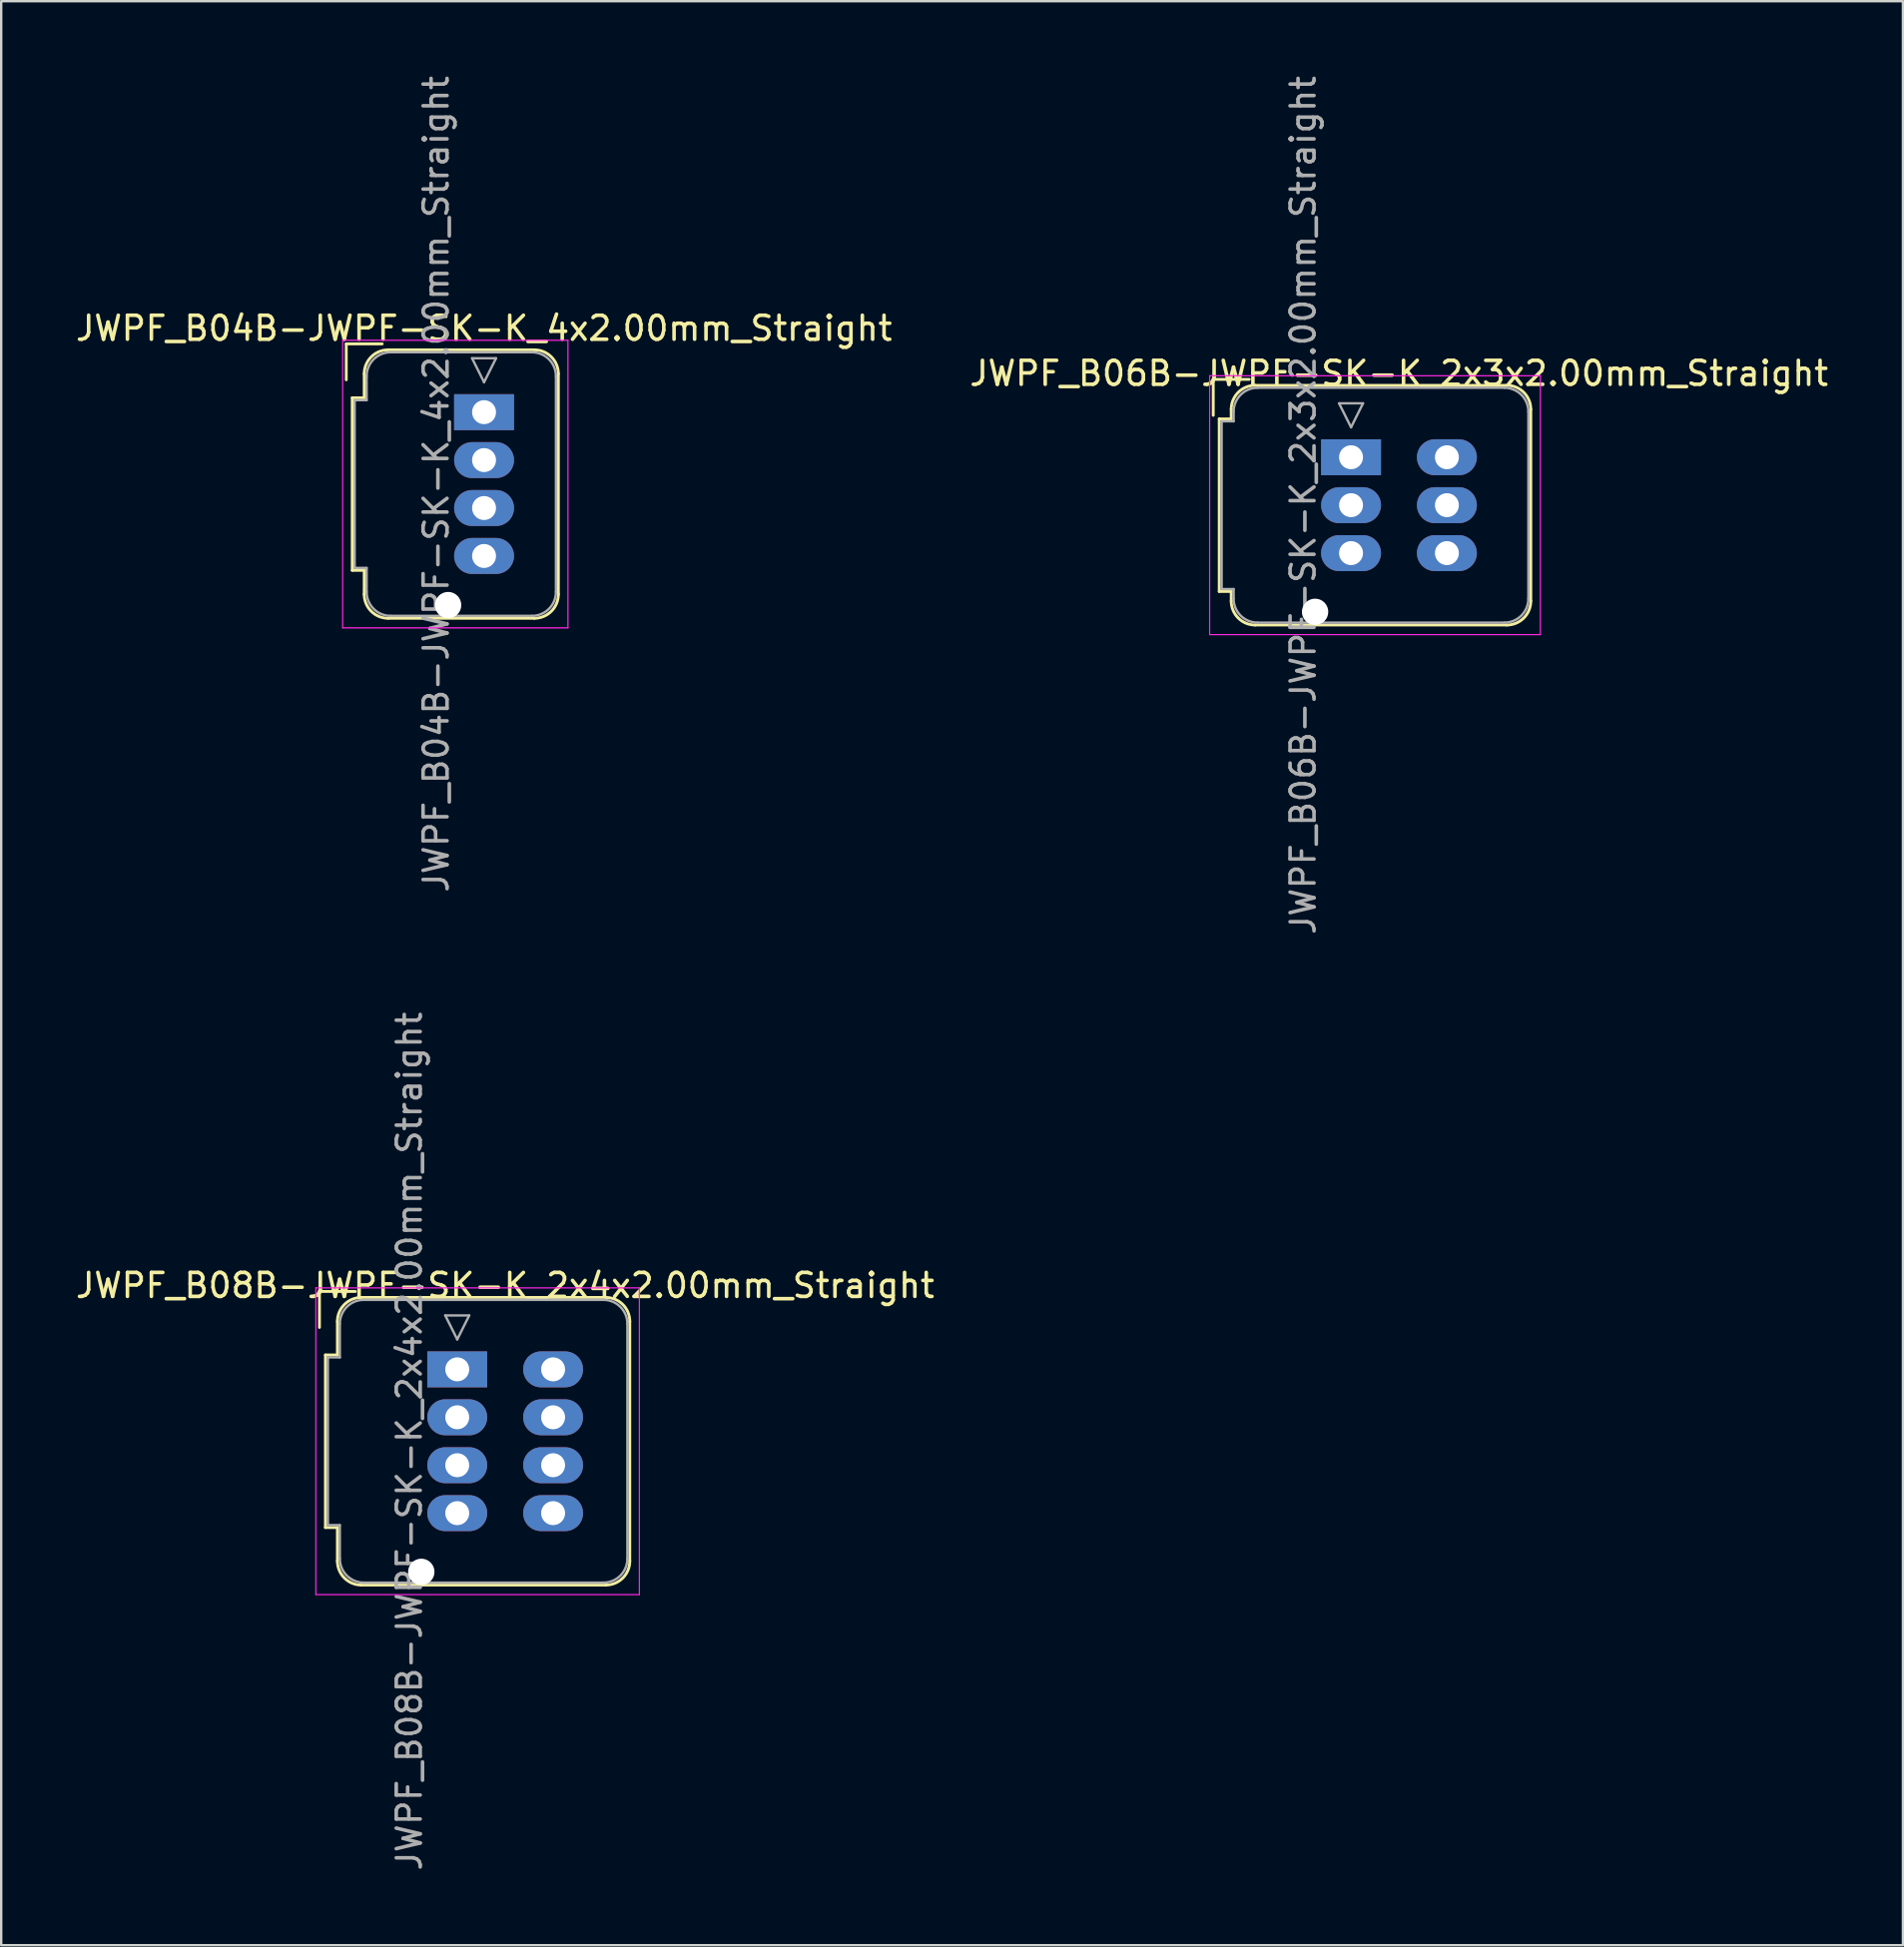
<source format=kicad_pcb>
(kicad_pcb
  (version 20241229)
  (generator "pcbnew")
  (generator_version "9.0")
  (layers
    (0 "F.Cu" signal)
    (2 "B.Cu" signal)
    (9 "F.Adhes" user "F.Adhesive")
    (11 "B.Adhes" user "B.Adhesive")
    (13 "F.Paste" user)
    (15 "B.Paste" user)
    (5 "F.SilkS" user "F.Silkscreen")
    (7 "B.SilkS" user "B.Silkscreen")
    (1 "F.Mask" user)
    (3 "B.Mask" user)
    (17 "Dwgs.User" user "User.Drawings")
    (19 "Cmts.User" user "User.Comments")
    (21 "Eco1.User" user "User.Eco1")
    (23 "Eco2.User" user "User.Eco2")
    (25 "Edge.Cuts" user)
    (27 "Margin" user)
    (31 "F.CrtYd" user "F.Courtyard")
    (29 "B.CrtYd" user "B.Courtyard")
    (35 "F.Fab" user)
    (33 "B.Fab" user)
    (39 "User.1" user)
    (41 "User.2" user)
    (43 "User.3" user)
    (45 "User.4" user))
  (footprint "JWPF_B08B-JWPF-SK-K_2x4x2.00mm_Straight"
    (layer "F.Cu")
    (at 16.03 54.089)
    (property "Reference" "JWPF_B08B-JWPF-SK-K_2x4x2.00mm_Straight" (at 2 -3.5 0) (layer "F.SilkS") (effects (font (size 1 1) (thickness 0.15))))
    (attr through_hole)
    (fp_line (start -5.75 -3.25) (end -4.25 -3.25) (stroke (width 0.12) (type solid)) (layer "F.SilkS"))
    (fp_line (start -5.75 -1.75) (end -5.75 -3.25) (stroke (width 0.12) (type solid)) (layer "F.SilkS"))
    (fp_line (start -5.5 -0.6) (end -5.5 6.6) (stroke (width 0.12) (type solid)) (layer "F.SilkS"))
    (fp_line (start -5.5 6.6) (end -5 6.6) (stroke (width 0.12) (type solid)) (layer "F.SilkS"))
    (fp_line (start -5 -2) (end -5 -0.6) (stroke (width 0.12) (type solid)) (layer "F.SilkS"))
    (fp_line (start -5 -0.6) (end -5.5 -0.6) (stroke (width 0.12) (type solid)) (layer "F.SilkS"))
    (fp_line (start -5 6.6) (end -5 8) (stroke (width 0.12) (type solid)) (layer "F.SilkS"))
    (fp_line (start -4 -3) (end 6.2 -3) (stroke (width 0.12) (type solid)) (layer "F.SilkS"))
    (fp_line (start -4 9) (end 6.2 9) (stroke (width 0.12) (type solid)) (layer "F.SilkS"))
    (fp_line (start 7.2 -2) (end 7.2 8) (stroke (width 0.12) (type solid)) (layer "F.SilkS"))
    (fp_arc (start -5 -2) (mid -4.707107 -2.707107) (end -4 -3) (stroke (width 0.12) (type solid)) (layer "F.SilkS"))
    (fp_arc (start -4 9) (mid -4.707107 8.707107) (end -5 8) (stroke (width 0.12) (type solid)) (layer "F.SilkS"))
    (fp_arc (start 6.2 -3) (mid 6.907107 -2.707107) (end 7.2 -2) (stroke (width 0.12) (type solid)) (layer "F.SilkS"))
    (fp_arc (start 7.2 8) (mid 6.907107 8.707107) (end 6.2 9) (stroke (width 0.12) (type solid)) (layer "F.SilkS"))
    (fp_line (start -5.9 -3.4) (end -5.9 9.4) (stroke (width 0.05) (type solid)) (layer "F.CrtYd"))
    (fp_line (start -5.9 9.4) (end 7.6 9.4) (stroke (width 0.05) (type solid)) (layer "F.CrtYd"))
    (fp_line (start 7.6 -3.4) (end -5.9 -3.4) (stroke (width 0.05) (type solid)) (layer "F.CrtYd"))
    (fp_line (start 7.6 9.4) (end 7.6 -3.4) (stroke (width 0.05) (type solid)) (layer "F.CrtYd"))
    (fp_line (start -5.4 -0.5) (end -5.4 6.5) (stroke (width 0.1) (type solid)) (layer "F.Fab"))
    (fp_line (start -5.4 6.5) (end -4.9 6.5) (stroke (width 0.1) (type solid)) (layer "F.Fab"))
    (fp_line (start -4.9 -1.9) (end -4.9 -0.5) (stroke (width 0.1) (type solid)) (layer "F.Fab"))
    (fp_line (start -4.9 -0.5) (end -5.4 -0.5) (stroke (width 0.1) (type solid)) (layer "F.Fab"))
    (fp_line (start -4.9 6.5) (end -4.9 7.9) (stroke (width 0.1) (type solid)) (layer "F.Fab"))
    (fp_line (start -3.9 -2.9) (end 6.1 -2.9) (stroke (width 0.1) (type solid)) (layer "F.Fab"))
    (fp_line (start -3.9 8.9) (end 6.1 8.9) (stroke (width 0.1) (type solid)) (layer "F.Fab"))
    (fp_line (start -0.5 -2.25) (end 0.5 -2.25) (stroke (width 0.1) (type solid)) (layer "F.Fab"))
    (fp_line (start 0 -1.25) (end -0.5 -2.25) (stroke (width 0.1) (type solid)) (layer "F.Fab"))
    (fp_line (start 0.5 -2.25) (end 0 -1.25) (stroke (width 0.1) (type solid)) (layer "F.Fab"))
    (fp_line (start 7.1 -1.9) (end 7.1 7.9) (stroke (width 0.1) (type solid)) (layer "F.Fab"))
    (fp_arc (start -4.9 -1.9) (mid -4.607107 -2.607107) (end -3.9 -2.9) (stroke (width 0.1) (type solid)) (layer "F.Fab"))
    (fp_arc (start -3.9 8.9) (mid -4.607107 8.607107) (end -4.9 7.9) (stroke (width 0.1) (type solid)) (layer "F.Fab"))
    (fp_arc (start 6.1 -2.9) (mid 6.807107 -2.607107) (end 7.1 -1.9) (stroke (width 0.1) (type solid)) (layer "F.Fab"))
    (fp_arc (start 7.1 7.9) (mid 6.807107 8.607107) (end 6.1 8.9) (stroke (width 0.1) (type solid)) (layer "F.Fab"))
    (fp_text user "${REFERENCE}" (at -2 3 90) (layer "F.Fab") (effects (font (size 1 1) (thickness 0.15))))
    (pad "" np_thru_hole circle (at -1.5 8.45) (size 1.1 1.1) (drill 1.1) (layers "*.Cu" "*.Mask"))
    (pad "1" thru_hole rect (at 0 0) (size 2.5 1.5) (drill 1) (layers "*.Cu" "*.Mask"))
    (pad "2" thru_hole oval (at 0 2) (size 2.5 1.5) (drill 1) (layers "*.Cu" "*.Mask"))
    (pad "3" thru_hole oval (at 0 4) (size 2.5 1.5) (drill 1) (layers "*.Cu" "*.Mask"))
    (pad "4" thru_hole oval (at 0 6) (size 2.5 1.5) (drill 1) (layers "*.Cu" "*.Mask"))
    (pad "5" thru_hole oval (at 4 0) (size 2.5 1.5) (drill 1) (layers "*.Cu" "*.Mask"))
    (pad "6" thru_hole oval (at 4 2) (size 2.5 1.5) (drill 1) (layers "*.Cu" "*.Mask"))
    (pad "7" thru_hole oval (at 4 4) (size 2.5 1.5) (drill 1) (layers "*.Cu" "*.Mask"))
    (pad "8" thru_hole oval (at 4 6) (size 2.5 1.5) (drill 1) (layers "*.Cu" "*.Mask")))
  (footprint "JWPF_B04B-JWPF-SK-K_4x2.00mm_Straight"
    (layer "F.Cu")
    (at 17.149 14.149)
    (property "Reference" "JWPF_B04B-JWPF-SK-K_4x2.00mm_Straight" (at 0 -3.5 0) (layer "F.SilkS") (effects (font (size 1 1) (thickness 0.15))))
    (attr through_hole)
    (fp_line (start -5.75 -2.85) (end -4.25 -2.85) (stroke (width 0.12) (type solid)) (layer "F.SilkS"))
    (fp_line (start -5.75 -1.35) (end -5.75 -2.85) (stroke (width 0.12) (type solid)) (layer "F.SilkS"))
    (fp_line (start -5.5 -0.6) (end -5.5 6.6) (stroke (width 0.12) (type solid)) (layer "F.SilkS"))
    (fp_line (start -5.5 6.6) (end -5 6.6) (stroke (width 0.12) (type solid)) (layer "F.SilkS"))
    (fp_line (start -5 -1.6) (end -5 -0.6) (stroke (width 0.12) (type solid)) (layer "F.SilkS"))
    (fp_line (start -5 -0.6) (end -5.5 -0.6) (stroke (width 0.12) (type solid)) (layer "F.SilkS"))
    (fp_line (start -5 6.6) (end -5 7.6) (stroke (width 0.12) (type solid)) (layer "F.SilkS"))
    (fp_line (start -4 -2.6) (end 2.1 -2.6) (stroke (width 0.12) (type solid)) (layer "F.SilkS"))
    (fp_line (start -4 8.6) (end 2.1 8.6) (stroke (width 0.12) (type solid)) (layer "F.SilkS"))
    (fp_line (start 3.1 -1.6) (end 3.1 7.6) (stroke (width 0.12) (type solid)) (layer "F.SilkS"))
    (fp_arc (start -5 -1.6) (mid -4.707107 -2.307107) (end -4 -2.6) (stroke (width 0.12) (type solid)) (layer "F.SilkS"))
    (fp_arc (start -4 8.6) (mid -4.707107 8.307107) (end -5 7.6) (stroke (width 0.12) (type solid)) (layer "F.SilkS"))
    (fp_arc (start 2.1 -2.6) (mid 2.807107 -2.307107) (end 3.1 -1.6) (stroke (width 0.12) (type solid)) (layer "F.SilkS"))
    (fp_arc (start 3.1 7.6) (mid 2.807107 8.307107) (end 2.1 8.6) (stroke (width 0.12) (type solid)) (layer "F.SilkS"))
    (fp_line (start -5.9 -3) (end -5.9 9) (stroke (width 0.05) (type solid)) (layer "F.CrtYd"))
    (fp_line (start -5.9 9) (end 3.5 9) (stroke (width 0.05) (type solid)) (layer "F.CrtYd"))
    (fp_line (start 3.5 -3) (end -5.9 -3) (stroke (width 0.05) (type solid)) (layer "F.CrtYd"))
    (fp_line (start 3.5 9) (end 3.5 -3) (stroke (width 0.05) (type solid)) (layer "F.CrtYd"))
    (fp_line (start -5.4 -0.5) (end -5.4 6.5) (stroke (width 0.1) (type solid)) (layer "F.Fab"))
    (fp_line (start -5.4 6.5) (end -4.9 6.5) (stroke (width 0.1) (type solid)) (layer "F.Fab"))
    (fp_line (start -4.9 -1.5) (end -4.9 -0.5) (stroke (width 0.1) (type solid)) (layer "F.Fab"))
    (fp_line (start -4.9 -0.5) (end -5.4 -0.5) (stroke (width 0.1) (type solid)) (layer "F.Fab"))
    (fp_line (start -4.9 6.5) (end -4.9 7.5) (stroke (width 0.1) (type solid)) (layer "F.Fab"))
    (fp_line (start -3.9 -2.5) (end 2 -2.5) (stroke (width 0.1) (type solid)) (layer "F.Fab"))
    (fp_line (start -3.9 8.5) (end 2 8.5) (stroke (width 0.1) (type solid)) (layer "F.Fab"))
    (fp_line (start -0.5 -2.25) (end 0.5 -2.25) (stroke (width 0.1) (type solid)) (layer "F.Fab"))
    (fp_line (start 0 -1.25) (end -0.5 -2.25) (stroke (width 0.1) (type solid)) (layer "F.Fab"))
    (fp_line (start 0.5 -2.25) (end 0 -1.25) (stroke (width 0.1) (type solid)) (layer "F.Fab"))
    (fp_line (start 3 -1.5) (end 3 7.5) (stroke (width 0.1) (type solid)) (layer "F.Fab"))
    (fp_arc (start -4.9 -1.5) (mid -4.607107 -2.207107) (end -3.9 -2.5) (stroke (width 0.1) (type solid)) (layer "F.Fab"))
    (fp_arc (start -3.9 8.5) (mid -4.607107 8.207107) (end -4.9 7.5) (stroke (width 0.1) (type solid)) (layer "F.Fab"))
    (fp_arc (start 2 -2.5) (mid 2.707107 -2.207107) (end 3 -1.5) (stroke (width 0.1) (type solid)) (layer "F.Fab"))
    (fp_arc (start 3 7.5) (mid 2.707107 8.207107) (end 2 8.5) (stroke (width 0.1) (type solid)) (layer "F.Fab"))
    (fp_text user "${REFERENCE}" (at -2 3 90) (layer "F.Fab") (effects (font (size 1 1) (thickness 0.15))))
    (pad "" np_thru_hole circle (at -1.5 8.05) (size 1.1 1.1) (drill 1.1) (layers "*.Cu" "*.Mask"))
    (pad "1" thru_hole rect (at 0 0) (size 2.5 1.5) (drill 1) (layers "*.Cu" "*.Mask"))
    (pad "2" thru_hole oval (at 0 2) (size 2.5 1.5) (drill 1) (layers "*.Cu" "*.Mask"))
    (pad "3" thru_hole oval (at 0 4) (size 2.5 1.5) (drill 1) (layers "*.Cu" "*.Mask"))
    (pad "4" thru_hole oval (at 0 6) (size 2.5 1.5) (drill 1) (layers "*.Cu" "*.Mask")))
  (footprint "JWPF_B06B-JWPF-SK-K_2x3x2.00mm_Straight"
    (layer "F.Cu")
    (at 53.327 16.03)
    (property "Reference" "JWPF_B06B-JWPF-SK-K_2x3x2.00mm_Straight" (at 2 -3.5 0) (layer "F.SilkS") (effects (font (size 1 1) (thickness 0.15))))
    (attr through_hole)
    (fp_line (start -5.75 -3.25) (end -4.25 -3.25) (stroke (width 0.12) (type solid)) (layer "F.SilkS"))
    (fp_line (start -5.75 -1.75) (end -5.75 -3.25) (stroke (width 0.12) (type solid)) (layer "F.SilkS"))
    (fp_line (start -5.5 -1.6) (end -5.5 5.6) (stroke (width 0.12) (type solid)) (layer "F.SilkS"))
    (fp_line (start -5.5 5.6) (end -5 5.6) (stroke (width 0.12) (type solid)) (layer "F.SilkS"))
    (fp_line (start -5 -2) (end -5 -1.6) (stroke (width 0.12) (type solid)) (layer "F.SilkS"))
    (fp_line (start -5 -1.6) (end -5.5 -1.6) (stroke (width 0.12) (type solid)) (layer "F.SilkS"))
    (fp_line (start -5 5.6) (end -5 6) (stroke (width 0.12) (type solid)) (layer "F.SilkS"))
    (fp_line (start -4 -3) (end 6.5 -3) (stroke (width 0.12) (type solid)) (layer "F.SilkS"))
    (fp_line (start -4 7) (end 6.5 7) (stroke (width 0.12) (type solid)) (layer "F.SilkS"))
    (fp_line (start 7.5 -2) (end 7.5 6) (stroke (width 0.12) (type solid)) (layer "F.SilkS"))
    (fp_arc (start -5 -2) (mid -4.707107 -2.707107) (end -4 -3) (stroke (width 0.12) (type solid)) (layer "F.SilkS"))
    (fp_arc (start -4 7) (mid -4.707107 6.707107) (end -5 6) (stroke (width 0.12) (type solid)) (layer "F.SilkS"))
    (fp_arc (start 6.5 -3) (mid 7.207107 -2.707107) (end 7.5 -2) (stroke (width 0.12) (type solid)) (layer "F.SilkS"))
    (fp_arc (start 7.5 6) (mid 7.207107 6.707107) (end 6.5 7) (stroke (width 0.12) (type solid)) (layer "F.SilkS"))
    (fp_line (start -5.9 -3.4) (end -5.9 7.4) (stroke (width 0.05) (type solid)) (layer "F.CrtYd"))
    (fp_line (start -5.9 7.4) (end 7.9 7.4) (stroke (width 0.05) (type solid)) (layer "F.CrtYd"))
    (fp_line (start 7.9 -3.4) (end -5.9 -3.4) (stroke (width 0.05) (type solid)) (layer "F.CrtYd"))
    (fp_line (start 7.9 7.4) (end 7.9 -3.4) (stroke (width 0.05) (type solid)) (layer "F.CrtYd"))
    (fp_line (start -5.4 -1.5) (end -5.4 5.5) (stroke (width 0.1) (type solid)) (layer "F.Fab"))
    (fp_line (start -5.4 5.5) (end -4.9 5.5) (stroke (width 0.1) (type solid)) (layer "F.Fab"))
    (fp_line (start -4.9 -1.9) (end -4.9 -1.5) (stroke (width 0.1) (type solid)) (layer "F.Fab"))
    (fp_line (start -4.9 -1.5) (end -5.4 -1.5) (stroke (width 0.1) (type solid)) (layer "F.Fab"))
    (fp_line (start -4.9 5.5) (end -4.9 5.9) (stroke (width 0.1) (type solid)) (layer "F.Fab"))
    (fp_line (start -3.9 -2.9) (end 6.4 -2.9) (stroke (width 0.1) (type solid)) (layer "F.Fab"))
    (fp_line (start -3.9 6.9) (end 6.4 6.9) (stroke (width 0.1) (type solid)) (layer "F.Fab"))
    (fp_line (start -0.5 -2.25) (end 0.5 -2.25) (stroke (width 0.1) (type solid)) (layer "F.Fab"))
    (fp_line (start 0 -1.25) (end -0.5 -2.25) (stroke (width 0.1) (type solid)) (layer "F.Fab"))
    (fp_line (start 0.5 -2.25) (end 0 -1.25) (stroke (width 0.1) (type solid)) (layer "F.Fab"))
    (fp_line (start 7.4 -1.9) (end 7.4 5.9) (stroke (width 0.1) (type solid)) (layer "F.Fab"))
    (fp_arc (start -4.9 -1.9) (mid -4.607107 -2.607107) (end -3.9 -2.9) (stroke (width 0.1) (type solid)) (layer "F.Fab"))
    (fp_arc (start -3.9 6.9) (mid -4.607107 6.607107) (end -4.9 5.9) (stroke (width 0.1) (type solid)) (layer "F.Fab"))
    (fp_arc (start 6.4 -2.9) (mid 7.107107 -2.607107) (end 7.4 -1.9) (stroke (width 0.1) (type solid)) (layer "F.Fab"))
    (fp_arc (start 7.4 5.9) (mid 7.107107 6.607107) (end 6.4 6.9) (stroke (width 0.1) (type solid)) (layer "F.Fab"))
    (fp_text user "${REFERENCE}" (at -2 2 90) (layer "F.Fab") (effects (font (size 1 1) (thickness 0.15))))
    (pad "" np_thru_hole circle (at -1.5 6.45) (size 1.1 1.1) (drill 1.1) (layers "*.Cu" "*.Mask"))
    (pad "1" thru_hole rect (at 0 0) (size 2.5 1.5) (drill 1) (layers "*.Cu" "*.Mask"))
    (pad "2" thru_hole oval (at 0 2) (size 2.5 1.5) (drill 1) (layers "*.Cu" "*.Mask"))
    (pad "3" thru_hole oval (at 0 4) (size 2.5 1.5) (drill 1) (layers "*.Cu" "*.Mask"))
    (pad "4" thru_hole oval (at 4 0) (size 2.5 1.5) (drill 1) (layers "*.Cu" "*.Mask"))
    (pad "5" thru_hole oval (at 4 2) (size 2.5 1.5) (drill 1) (layers "*.Cu" "*.Mask"))
    (pad "6" thru_hole oval (at 4 4) (size 2.5 1.5) (drill 1) (layers "*.Cu" "*.Mask")))
  (gr_rect
    (start -3 -3)
    (end 76.357 78.119)
    (stroke (width 0.1) (type default))
    (fill no)
    (layer "Edge.Cuts")))
</source>
